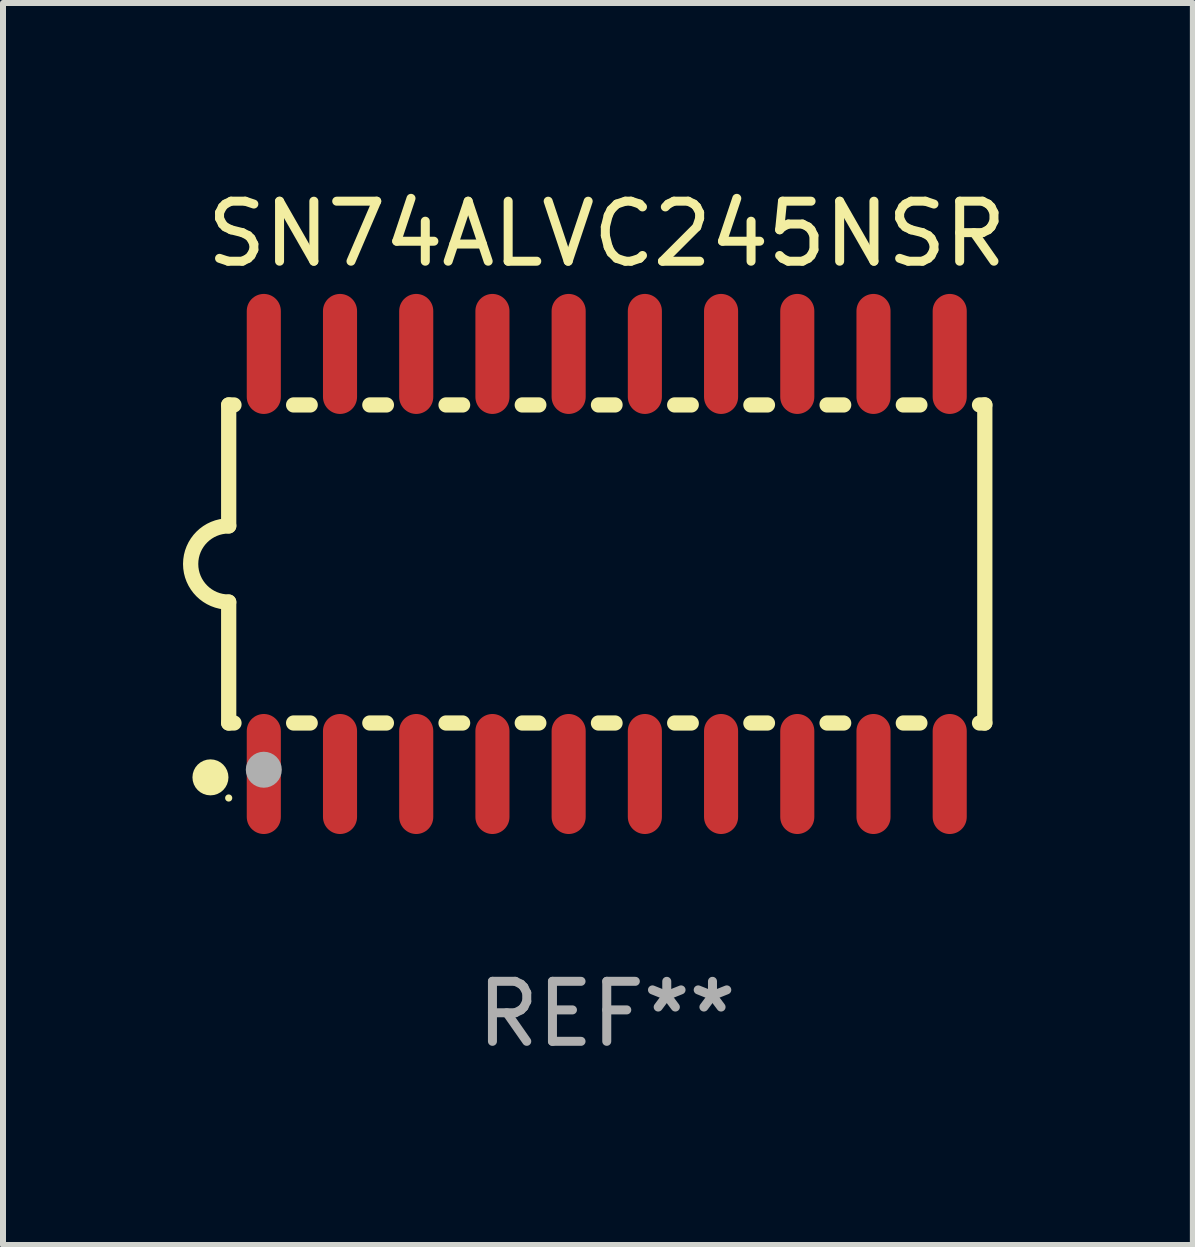
<source format=kicad_pcb>
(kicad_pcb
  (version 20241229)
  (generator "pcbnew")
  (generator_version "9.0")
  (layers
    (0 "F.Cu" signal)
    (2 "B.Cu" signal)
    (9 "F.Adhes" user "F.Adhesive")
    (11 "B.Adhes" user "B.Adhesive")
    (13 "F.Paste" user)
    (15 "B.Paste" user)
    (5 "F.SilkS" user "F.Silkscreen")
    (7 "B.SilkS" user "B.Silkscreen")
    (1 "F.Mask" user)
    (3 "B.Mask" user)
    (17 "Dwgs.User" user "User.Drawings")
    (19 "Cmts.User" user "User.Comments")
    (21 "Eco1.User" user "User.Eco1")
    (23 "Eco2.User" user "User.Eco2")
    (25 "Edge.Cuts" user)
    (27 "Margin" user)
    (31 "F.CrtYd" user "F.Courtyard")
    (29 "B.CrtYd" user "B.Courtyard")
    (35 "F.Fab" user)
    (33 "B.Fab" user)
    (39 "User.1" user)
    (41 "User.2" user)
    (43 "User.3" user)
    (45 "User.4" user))
  (footprint "SN74ALVC245NSR"
    (layer "F.Cu")
    (at 7.061 6.348)
    (property "Reference" "SN74ALVC245NSR" (at 0 -5.5 0) (layer "F.SilkS") (effects (font (size 1 1) (thickness 0.15))))
    (attr through_hole)
    (fp_line (start -6.3 -2.65) (end -6.3 -0.635) (stroke (width 0.254) (type solid)) (layer "F.SilkS"))
    (fp_line (start -6.3 -2.65) (end -6.212 -2.65) (stroke (width 0.254) (type solid)) (layer "F.SilkS"))
    (fp_line (start -6.3 2.65) (end -6.3 0.635) (stroke (width 0.254) (type solid)) (layer "F.SilkS"))
    (fp_line (start -6.3 2.65) (end -6.212 2.65) (stroke (width 0.254) (type solid)) (layer "F.SilkS"))
    (fp_line (start -5.218 -2.65) (end -4.942 -2.65) (stroke (width 0.254) (type solid)) (layer "F.SilkS"))
    (fp_line (start -5.218 2.65) (end -4.942 2.65) (stroke (width 0.254) (type solid)) (layer "F.SilkS"))
    (fp_line (start -3.948 -2.65) (end -3.672 -2.65) (stroke (width 0.254) (type solid)) (layer "F.SilkS"))
    (fp_line (start -3.948 2.65) (end -3.672 2.65) (stroke (width 0.254) (type solid)) (layer "F.SilkS"))
    (fp_line (start -2.678 -2.65) (end -2.402 -2.65) (stroke (width 0.254) (type solid)) (layer "F.SilkS"))
    (fp_line (start -2.678 2.65) (end -2.402 2.65) (stroke (width 0.254) (type solid)) (layer "F.SilkS"))
    (fp_line (start -1.408 -2.65) (end -1.132 -2.65) (stroke (width 0.254) (type solid)) (layer "F.SilkS"))
    (fp_line (start -1.408 2.65) (end -1.132 2.65) (stroke (width 0.254) (type solid)) (layer "F.SilkS"))
    (fp_line (start -0.138 -2.65) (end 0.138 -2.65) (stroke (width 0.254) (type solid)) (layer "F.SilkS"))
    (fp_line (start -0.138 2.65) (end 0.138 2.65) (stroke (width 0.254) (type solid)) (layer "F.SilkS"))
    (fp_line (start 1.132 -2.65) (end 1.408 -2.65) (stroke (width 0.254) (type solid)) (layer "F.SilkS"))
    (fp_line (start 1.132 2.65) (end 1.408 2.65) (stroke (width 0.254) (type solid)) (layer "F.SilkS"))
    (fp_line (start 2.402 -2.65) (end 2.678 -2.65) (stroke (width 0.254) (type solid)) (layer "F.SilkS"))
    (fp_line (start 2.402 2.65) (end 2.678 2.65) (stroke (width 0.254) (type solid)) (layer "F.SilkS"))
    (fp_line (start 3.672 -2.65) (end 3.948 -2.65) (stroke (width 0.254) (type solid)) (layer "F.SilkS"))
    (fp_line (start 3.672 2.65) (end 3.948 2.65) (stroke (width 0.254) (type solid)) (layer "F.SilkS"))
    (fp_line (start 4.942 -2.65) (end 5.218 -2.65) (stroke (width 0.254) (type solid)) (layer "F.SilkS"))
    (fp_line (start 4.942 2.65) (end 5.218 2.65) (stroke (width 0.254) (type solid)) (layer "F.SilkS"))
    (fp_line (start 6.212 -2.65) (end 6.3 -2.65) (stroke (width 0.254) (type solid)) (layer "F.SilkS"))
    (fp_line (start 6.212 2.65) (end 6.3 2.65) (stroke (width 0.254) (type solid)) (layer "F.SilkS"))
    (fp_line (start 6.3 -2.65) (end 6.3 2.65) (stroke (width 0.254) (type solid)) (layer "F.SilkS"))
    (fp_arc (start -6.299975 0.634874) (mid -6.933579 0.000127) (end -6.299213 -0.633858) (stroke (width 0.254001) (type solid)) (layer "F.SilkS"))
    (fp_circle (center -6.604 3.556) (end -6.454 3.556) (stroke (width 0.3) (type solid)) (fill no) (layer "F.SilkS"))
    (fp_circle (center -6.3 3.9) (end -6.27 3.9) (stroke (width 0.06) (type solid)) (fill no) (layer "F.SilkS"))
    (fp_circle (center -5.715 3.429) (end -5.565 3.429) (stroke (width 0.3) (type solid)) (fill no) (layer "F.Fab"))
    (fp_text user "REF**" (at 0 7.5 0) (layer "F.Fab") (effects (font (size 1 1) (thickness 0.15))))
    (pad "1" smd oval (at -5.715 3.5) (size 0.568 2) (layers "F.Cu" "F.Mask" "F.Paste"))
    (pad "2" smd oval (at -4.445 3.5) (size 0.568 2) (layers "F.Cu" "F.Mask" "F.Paste"))
    (pad "3" smd oval (at -3.175 3.5) (size 0.568 2) (layers "F.Cu" "F.Mask" "F.Paste"))
    (pad "4" smd oval (at -1.905 3.5) (size 0.568 2) (layers "F.Cu" "F.Mask" "F.Paste"))
    (pad "5" smd oval (at -0.635 3.5) (size 0.568 2) (layers "F.Cu" "F.Mask" "F.Paste"))
    (pad "6" smd oval (at 0.635 3.5) (size 0.568 2) (layers "F.Cu" "F.Mask" "F.Paste"))
    (pad "7" smd oval (at 1.905 3.5) (size 0.568 2) (layers "F.Cu" "F.Mask" "F.Paste"))
    (pad "8" smd oval (at 3.175 3.5) (size 0.568 2) (layers "F.Cu" "F.Mask" "F.Paste"))
    (pad "9" smd oval (at 4.445 3.5) (size 0.568 2) (layers "F.Cu" "F.Mask" "F.Paste"))
    (pad "10" smd oval (at 5.715 3.5) (size 0.568 2) (layers "F.Cu" "F.Mask" "F.Paste"))
    (pad "11" smd oval (at 5.715 -3.5) (size 0.568 2) (layers "F.Cu" "F.Mask" "F.Paste"))
    (pad "12" smd oval (at 4.445 -3.5) (size 0.568 2) (layers "F.Cu" "F.Mask" "F.Paste"))
    (pad "13" smd oval (at 3.175 -3.5) (size 0.568 2) (layers "F.Cu" "F.Mask" "F.Paste"))
    (pad "14" smd oval (at 1.905 -3.5) (size 0.568 2) (layers "F.Cu" "F.Mask" "F.Paste"))
    (pad "15" smd oval (at 0.635 -3.5) (size 0.568 2) (layers "F.Cu" "F.Mask" "F.Paste"))
    (pad "16" smd oval (at -0.635 -3.5) (size 0.568 2) (layers "F.Cu" "F.Mask" "F.Paste"))
    (pad "17" smd oval (at -1.905 -3.5) (size 0.568 2) (layers "F.Cu" "F.Mask" "F.Paste"))
    (pad "18" smd oval (at -3.175 -3.5) (size 0.568 2) (layers "F.Cu" "F.Mask" "F.Paste"))
    (pad "19" smd oval (at -4.445 -3.5) (size 0.568 2) (layers "F.Cu" "F.Mask" "F.Paste"))
    (pad "20" smd oval (at -5.715 -3.5) (size 0.568 2) (layers "F.Cu" "F.Mask" "F.Paste")))
  (gr_rect
    (start -3 -3)
    (end 16.828 17.697)
    (stroke (width 0.1) (type default))
    (fill no)
    (layer "Edge.Cuts")))
</source>
